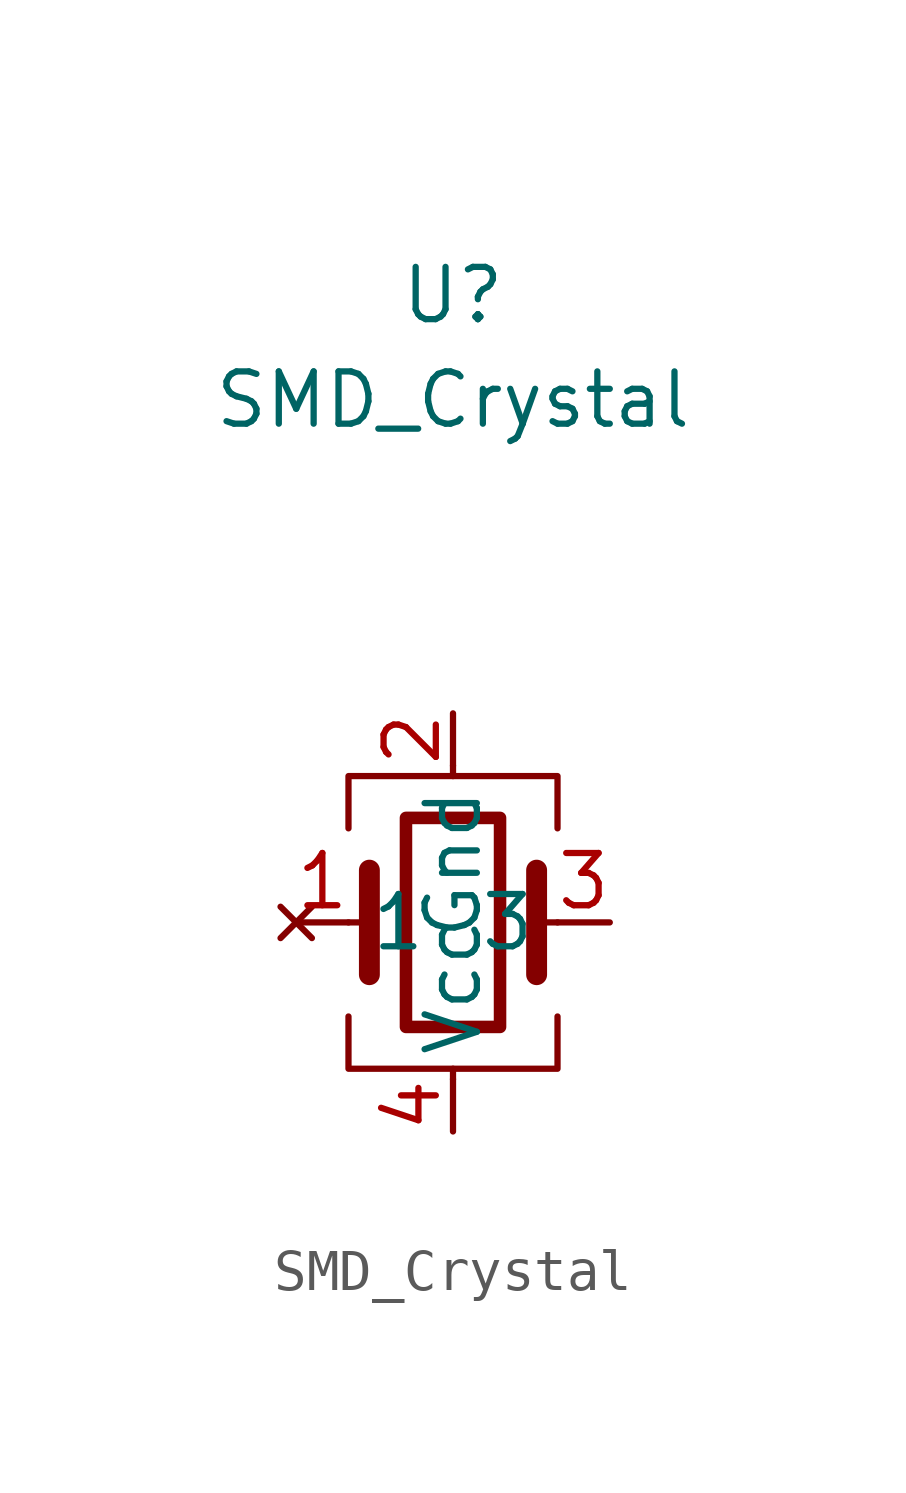
<source format=kicad_sym>
(kicad_symbol_lib
  (version 20211014)
  (generator kicad_symbol_editor)
  (symbol "SMD_Crystal"
    (property "Reference" "U"
      (at 0 7.62 0)
      (effects (font (size 1.27 1.27))))
    (property "Value" "SMD_Crystal"
      (at 0 5.08 0)
      (effects (font (size 1.27 1.27))))
    (symbol "SMD_Crystal_0_1"
      (rectangle (start -1.143 -5.08) (end 1.143 -10.16) (stroke (width 0.305) (type default) (color 0 0 0 0)) (fill (type none)))
      (polyline (pts (xy -2.54 -7.62) (xy -2.032 -7.62)) (stroke (width 0) (type default) (color 0 0 0 0)) (fill (type none)))
      (polyline (pts (xy -2.032 -8.89) (xy -2.032 -6.35)) (stroke (width 0.508) (type default) (color 0 0 0 0)) (fill (type none)))
      (polyline (pts (xy 0 -11.43) (xy 0 -11.176)) (stroke (width 0) (type default) (color 0 0 0 0)) (fill (type none)))
      (polyline (pts (xy 0 -4.064) (xy 0 -3.81)) (stroke (width 0) (type default) (color 0 0 0 0)) (fill (type none)))
      (polyline (pts (xy 2.032 -8.89) (xy 2.032 -6.35)) (stroke (width 0.508) (type default) (color 0 0 0 0)) (fill (type none)))
      (polyline (pts (xy 2.032 -7.62) (xy 2.54 -7.62)) (stroke (width 0) (type default) (color 0 0 0 0)) (fill (type none)))
      (polyline (pts (xy -2.54 -9.906) (xy -2.54 -11.176) (xy 2.54 -11.176) (xy 2.54 -9.906)) (stroke (width 0) (type default) (color 0 0 0 0)) (fill (type none)))
      (polyline (pts (xy -2.54 -5.334) (xy -2.54 -4.064) (xy 2.54 -4.064) (xy 2.54 -5.334)) (stroke (width 0) (type default) (color 0 0 0 0)) (fill (type none))))
    (symbol "SMD_Crystal_1_1"
      (pin no_connect line (at -3.81 -7.62 0) (length 1.27) (name "1" (effects (font (size 1.27 1.27)))) (number "1" (effects (font (size 1.27 1.27)))))
      (pin power_in line (at 0 -2.54 270) (length 1.27) (name "Gnd" (effects (font (size 1.27 1.27)))) (number "2" (effects (font (size 1.27 1.27)))))
      (pin passive line (at 3.81 -7.62 180) (length 1.27) (name "3" (effects (font (size 1.27 1.27)))) (number "3" (effects (font (size 1.27 1.27)))))
      (pin power_in line (at 0 -12.7 90) (length 1.27) (name "Vcc" (effects (font (size 1.27 1.27)))) (number "4" (effects (font (size 1.27 1.27))))))))
</source>
